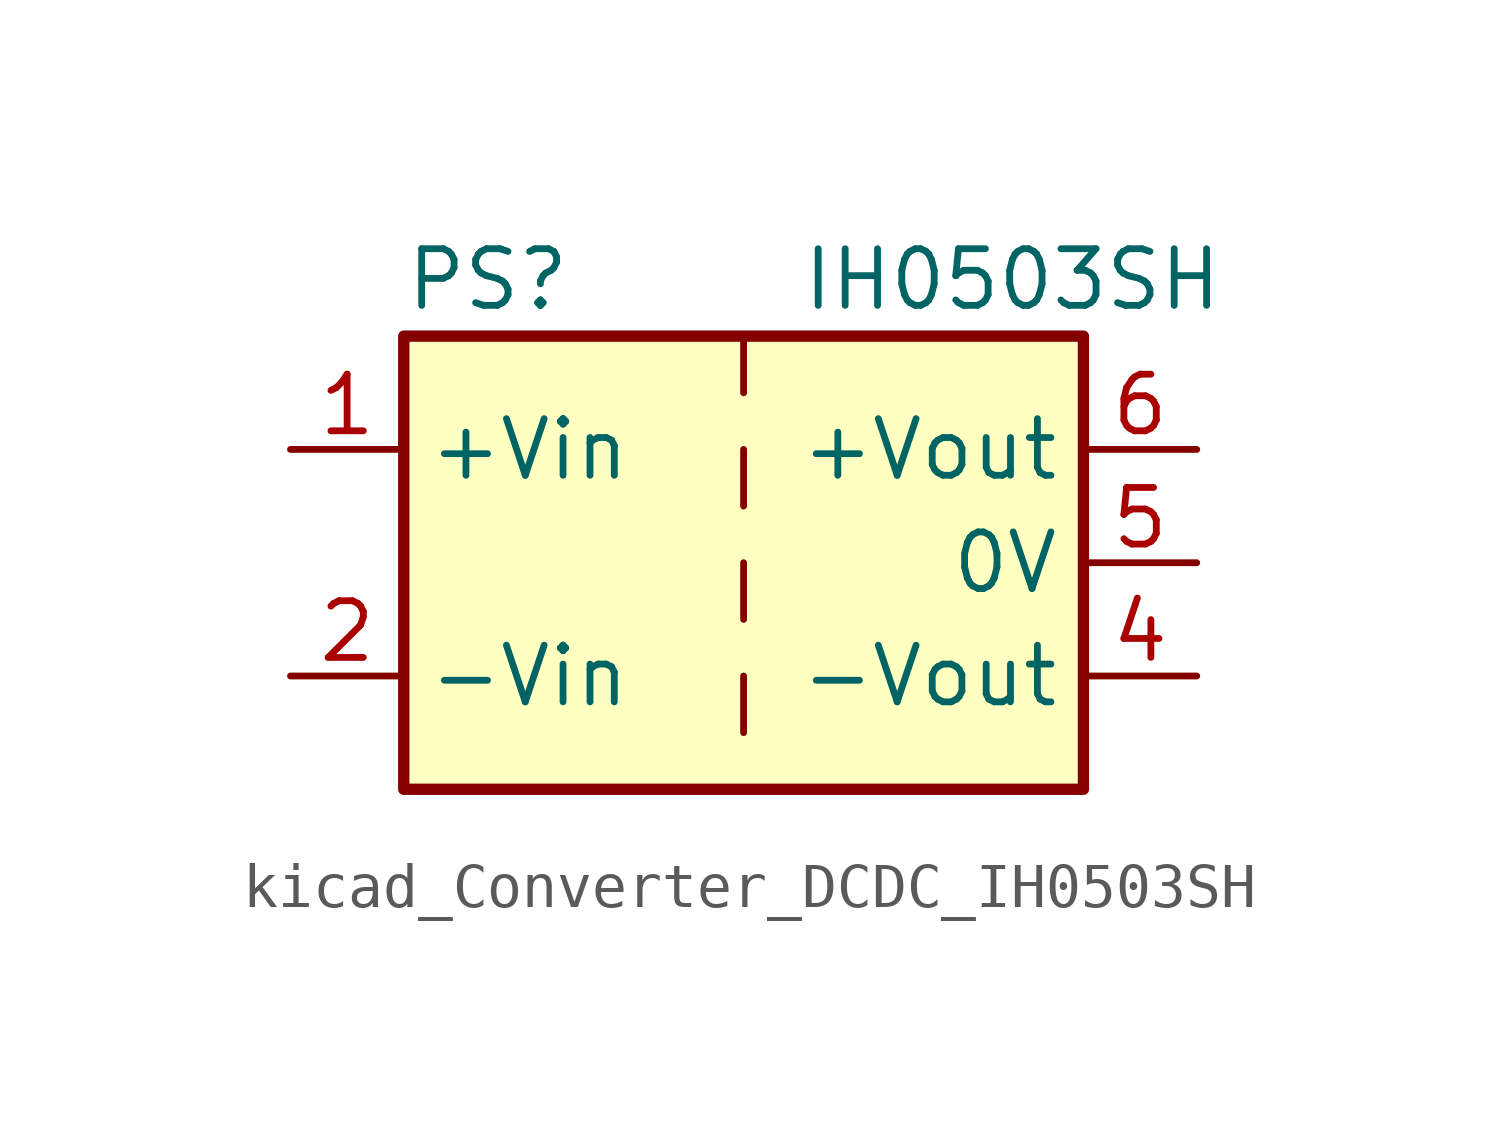
<source format=kicad_sym>
(kicad_symbol_lib
  (version 20220914)
  (generator kicad_symbol_editor)
  (symbol "kicad_Converter_DCDC_IH0503SH"
    (property "Reference" "PS"
      (at -7.62 6.35 0)
      (effects (font (size 1.27 1.27)) (justify left)))
    (property "Value" "IH0503SH"
      (at 1.27 6.35 0)
      (effects (font (size 1.27 1.27)) (justify left)))
    (symbol "kicad_Converter_DCDC_IH0503SH_0_0"
      (pin power_in line (at -10.16 2.54 0) (length 2.54) (name "+Vin" (effects (font (size 1.27 1.27)))) (number "1" (effects (font (size 1.27 1.27)))))
      (pin power_in line (at -10.16 -2.54 0) (length 2.54) (name "-Vin" (effects (font (size 1.27 1.27)))) (number "2" (effects (font (size 1.27 1.27)))))
      (pin power_out line (at 10.16 -2.54 180) (length 2.54) (name "-Vout" (effects (font (size 1.27 1.27)))) (number "4" (effects (font (size 1.27 1.27)))))
      (pin power_out line (at 10.16 0 180) (length 2.54) (name "0V" (effects (font (size 1.27 1.27)))) (number "5" (effects (font (size 1.27 1.27)))))
      (pin power_out line (at 10.16 2.54 180) (length 2.54) (name "+Vout" (effects (font (size 1.27 1.27)))) (number "6" (effects (font (size 1.27 1.27))))))
    (symbol "kicad_Converter_DCDC_IH0503SH_0_1"
      (rectangle (start -7.62 5.08) (end 7.62 -5.08) (stroke (width 0.254) (type default)) (fill (type background)))
      (polyline (pts (xy 0 -2.54) (xy 0 -3.81)) (stroke (width 0) (type default)) (fill (type none)))
      (polyline (pts (xy 0 0) (xy 0 -1.27)) (stroke (width 0) (type default)) (fill (type none)))
      (polyline (pts (xy 0 2.54) (xy 0 1.27)) (stroke (width 0) (type default)) (fill (type none)))
      (polyline (pts (xy 0 5.08) (xy 0 3.81)) (stroke (width 0) (type default)) (fill (type none))))))
</source>
